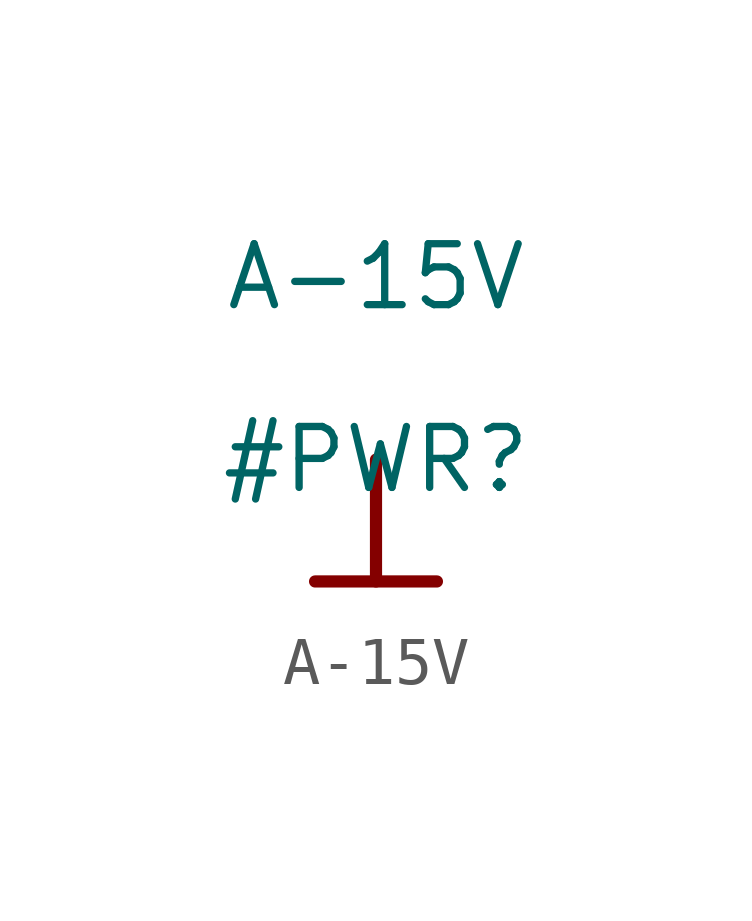
<source format=kicad_sym>
(kicad_symbol_lib
  (version 20220914)
  (generator kicad_symbol_editor)
  (symbol "A-15V"
    (power)
    (property "Reference" "#PWR"
      (at 0 0 0)
      (effects (font (size 1.27 1.27))))
    (property "Value" "A-15V"
      (at 0 3.81 0)
      (effects (font (size 1.27 1.27))))
    (symbol "A-15V_0_0"
      (polyline (pts (xy -1.27 -2.54) (xy 1.27 -2.54)) (stroke (width 0.254) (type solid)) (fill (type none)))
      (polyline (pts (xy 0 0) (xy 0 -2.54)) (stroke (width 0.254) (type solid)) (fill (type none)))
      (pin power_in line (at 0 0 0) (length 0) hide (name "A-15V" (effects (font (size 1.27 1.27)))) (number "" (effects (font (size 1.27 1.27))))))))
</source>
